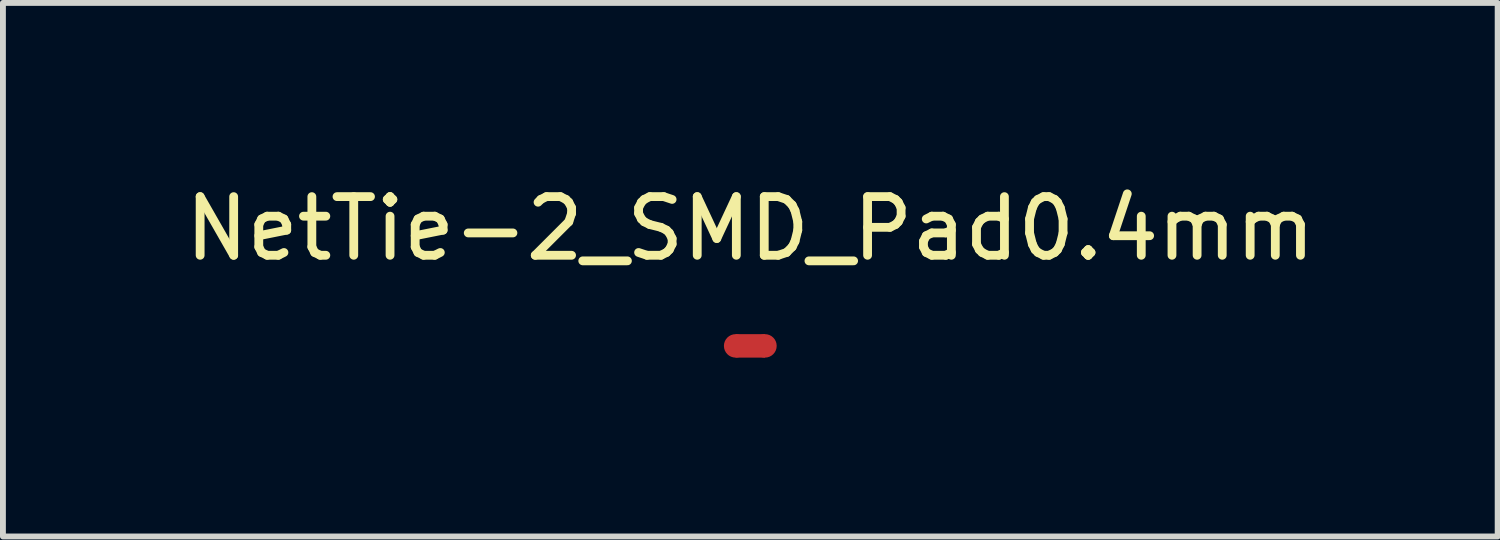
<source format=kicad_pcb>
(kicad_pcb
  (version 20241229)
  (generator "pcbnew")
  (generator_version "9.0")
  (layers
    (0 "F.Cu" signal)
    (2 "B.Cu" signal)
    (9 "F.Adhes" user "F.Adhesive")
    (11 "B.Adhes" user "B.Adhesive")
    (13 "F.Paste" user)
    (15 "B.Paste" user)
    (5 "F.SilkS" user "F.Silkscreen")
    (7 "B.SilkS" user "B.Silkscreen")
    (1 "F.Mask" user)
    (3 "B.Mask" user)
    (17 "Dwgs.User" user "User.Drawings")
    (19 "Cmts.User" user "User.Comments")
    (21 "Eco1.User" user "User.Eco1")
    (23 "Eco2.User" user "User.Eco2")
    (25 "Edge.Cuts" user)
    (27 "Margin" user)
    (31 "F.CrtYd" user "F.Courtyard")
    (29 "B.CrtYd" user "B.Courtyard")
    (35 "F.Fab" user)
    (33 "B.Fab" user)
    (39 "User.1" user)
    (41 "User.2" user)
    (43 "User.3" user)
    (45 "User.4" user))
  (footprint "NetTie-2_SMD_Pad0.4mm"
    (layer "F.Cu")
    (at 9.744 2.848)
    (property "Reference" "NetTie-2_SMD_Pad0.4mm" (at 0 -2 0) (layer "F.SilkS") (effects (font (size 1 1) (thickness 0.15))))
    (attr exclude_from_pos_files exclude_from_bom allow_missing_courtyard)
    (fp_poly (pts (xy -0.25 -0.2) (xy 0.25 -0.2) (xy 0.25 0.2) (xy -0.25 0.2)) (stroke (width 0) (type solid)) (fill yes) (layer "F.Cu"))
    (pad "1" smd circle (at -0.25 0) (size 0.4 0.4) (layers "F.Cu"))
    (pad "2" smd circle (at 0.25 0) (size 0.4 0.4) (layers "F.Cu")))
  (gr_rect
    (start -3 -3)
    (end 22.488 6.098)
    (stroke (width 0.1) (type default))
    (fill no)
    (layer "Edge.Cuts")))
</source>
